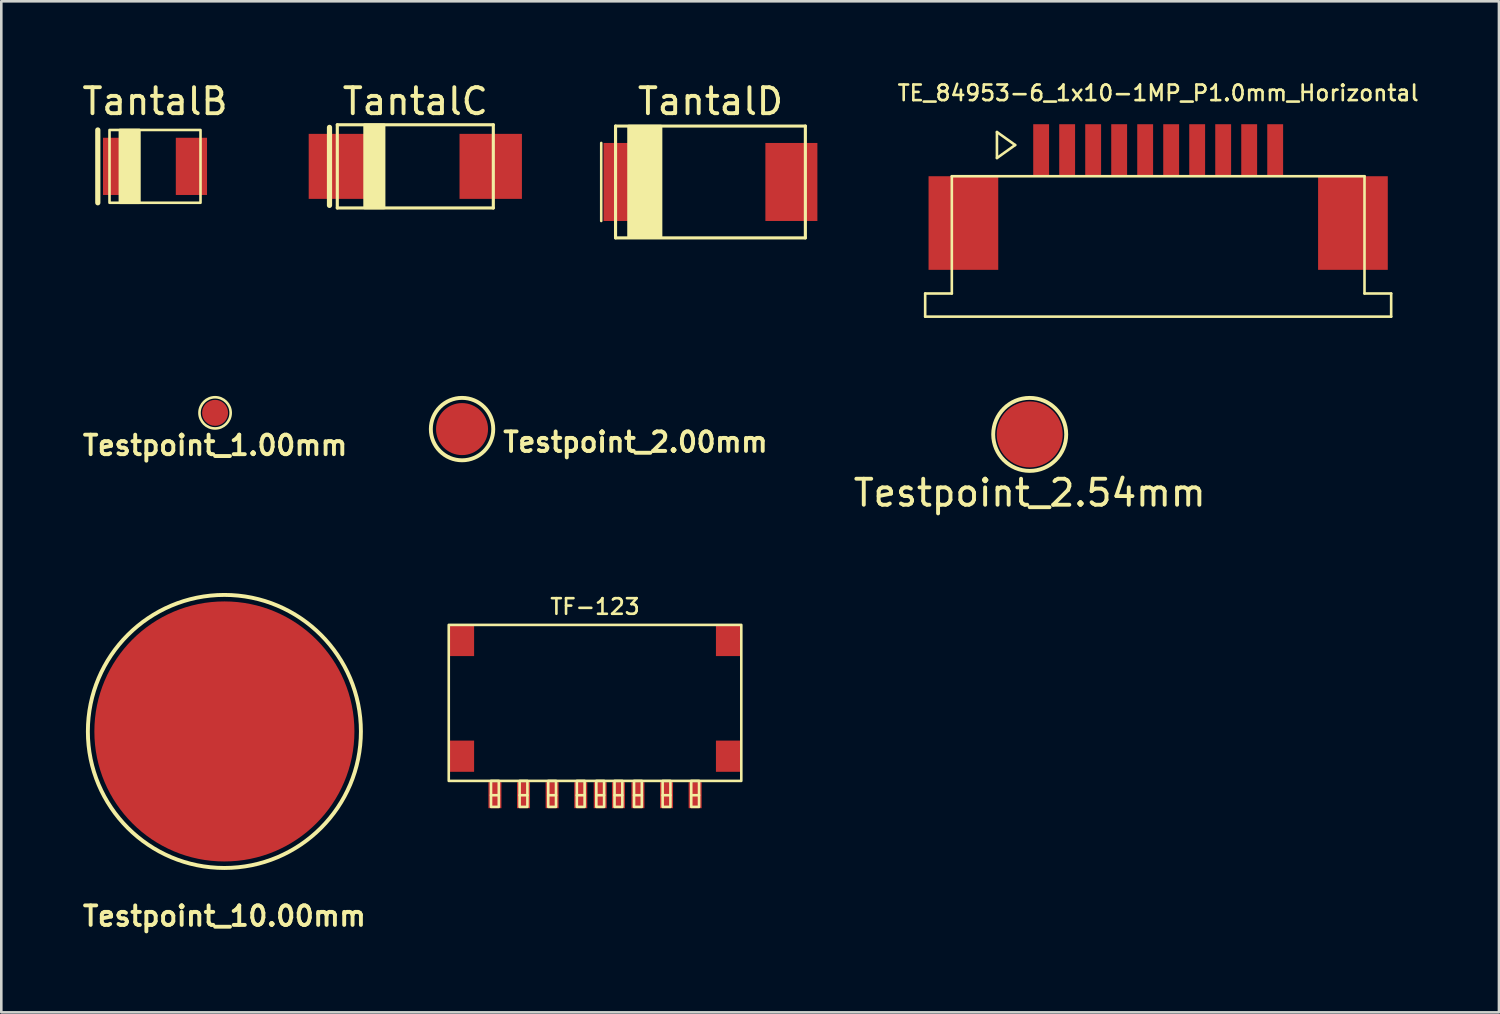
<source format=kicad_pcb>
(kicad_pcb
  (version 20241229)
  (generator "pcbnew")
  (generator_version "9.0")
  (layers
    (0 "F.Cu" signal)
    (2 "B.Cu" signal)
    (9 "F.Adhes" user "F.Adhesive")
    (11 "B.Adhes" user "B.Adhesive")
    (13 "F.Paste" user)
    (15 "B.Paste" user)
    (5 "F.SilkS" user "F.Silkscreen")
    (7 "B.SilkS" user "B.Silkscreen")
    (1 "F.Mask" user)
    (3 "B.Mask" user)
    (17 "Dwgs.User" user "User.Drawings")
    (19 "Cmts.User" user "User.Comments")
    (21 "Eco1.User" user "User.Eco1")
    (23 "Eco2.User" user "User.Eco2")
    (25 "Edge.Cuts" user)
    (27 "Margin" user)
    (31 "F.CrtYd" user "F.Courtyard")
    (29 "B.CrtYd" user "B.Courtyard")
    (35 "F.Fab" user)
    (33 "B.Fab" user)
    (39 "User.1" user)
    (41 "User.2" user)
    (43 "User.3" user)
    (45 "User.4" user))
  (footprint "TantalB"
    (layer "F.Cu")
    (at 2.911 3.348)
    (property "Reference" "TantalB" (at 0 -2.5 0) (layer "F.SilkS") (effects (font (size 1 1) (thickness 0.15))))
    (attr smd)
    (fp_line (start -2.2 -1.4) (end -2.2 1.4) (stroke (width 0.2) (type solid)) (layer "F.SilkS"))
    (fp_rect (start -1.75 -1.4) (end 1.75 1.4) (stroke (width 0.1) (type default)) (fill no) (layer "F.SilkS"))
    (fp_rect (start -1.35 -1.4) (end -0.6 1.4) (stroke (width 0.1) (type solid)) (fill yes) (layer "F.SilkS"))
    (pad "1" smd rect (at -1.4 0) (size 1.2 2.2) (layers "F.Cu" "F.Mask" "F.Paste"))
    (pad "2" smd rect (at 1.4 0) (size 1.2 2.2) (layers "F.Cu" "F.Mask" "F.Paste")))
  (footprint "Testpoint_10.00mm"
    (layer "F.Cu")
    (at 5.579 25.078)
    (property "Reference" "Testpoint_10.00mm" (at 0 7.1 0) (layer "F.SilkS") (effects (font (size 0.75 0.75) (thickness 0.15))))
    (attr exclude_from_bom)
    (fp_circle (center 0 0) (end 5.25 0) (stroke (width 0.15) (type solid)) (fill no) (layer "F.SilkS"))
    (pad "1" smd circle (at 0 0) (size 10 10) (layers "F.Cu" "F.Mask")))
  (footprint "TE_84953-6_1x10-1MP_P1.0mm_Horizontal"
    (layer "F.Cu")
    (at 41.488 4.527)
    (property "Reference" "TE_84953-6_1x10-1MP_P1.0mm_Horizontal" (at 0 -4 0) (layer "F.SilkS") (effects (font (size 0.6 0.6) (thickness 0.1) (bold yes))))
    (attr smd)
    (fp_line (start -8.96 3.71) (end -7.935 3.71) (stroke (width 0.1) (type solid)) (layer "F.SilkS"))
    (fp_line (start -8.96 4.6) (end -8.96 3.71) (stroke (width 0.1) (type solid)) (layer "F.SilkS"))
    (fp_line (start -7.935 -0.8) (end 7.935 -0.8) (stroke (width 0.1) (type solid)) (layer "F.SilkS"))
    (fp_line (start -7.935 3.71) (end -7.935 -0.8) (stroke (width 0.1) (type solid)) (layer "F.SilkS"))
    (fp_line (start -6.2 -2.5) (end -6.2 -1.5) (stroke (width 0.1) (type default)) (layer "F.SilkS"))
    (fp_line (start -6.2 -1.5) (end -5.5 -2) (stroke (width 0.1) (type default)) (layer "F.SilkS"))
    (fp_line (start -5.5 -2) (end -6.2 -2.5) (stroke (width 0.1) (type default)) (layer "F.SilkS"))
    (fp_line (start 7.935 -0.8) (end 7.935 3.71) (stroke (width 0.1) (type solid)) (layer "F.SilkS"))
    (fp_line (start 7.935 3.71) (end 8.96 3.71) (stroke (width 0.1) (type solid)) (layer "F.SilkS"))
    (fp_line (start 8.96 3.71) (end 8.96 4.6) (stroke (width 0.1) (type solid)) (layer "F.SilkS"))
    (fp_line (start 8.96 4.6) (end -8.96 4.6) (stroke (width 0.1) (type solid)) (layer "F.SilkS"))
    (pad "" smd rect (at -7.49 1) (size 2.68 3.6) (layers "F.Cu" "F.Mask" "F.Paste"))
    (pad "" smd rect (at 7.49 1) (size 2.68 3.6) (layers "F.Cu" "F.Mask" "F.Paste"))
    (pad "1" smd rect (at -4.5 -1.8) (size 0.61 2) (layers "F.Cu" "F.Mask" "F.Paste"))
    (pad "2" smd rect (at -3.5 -1.8) (size 0.61 2) (layers "F.Cu" "F.Mask" "F.Paste"))
    (pad "3" smd rect (at -2.5 -1.8) (size 0.61 2) (layers "F.Cu" "F.Mask" "F.Paste"))
    (pad "4" smd rect (at -1.5 -1.8) (size 0.61 2) (layers "F.Cu" "F.Mask" "F.Paste"))
    (pad "5" smd rect (at -0.5 -1.8) (size 0.61 2) (layers "F.Cu" "F.Mask" "F.Paste"))
    (pad "6" smd rect (at 0.5 -1.8) (size 0.61 2) (layers "F.Cu" "F.Mask" "F.Paste"))
    (pad "7" smd rect (at 1.5 -1.8) (size 0.61 2) (layers "F.Cu" "F.Mask" "F.Paste"))
    (pad "8" smd rect (at 2.5 -1.8) (size 0.61 2) (layers "F.Cu" "F.Mask" "F.Paste"))
    (pad "9" smd rect (at 3.5 -1.8) (size 0.61 2) (layers "F.Cu" "F.Mask" "F.Paste"))
    (pad "10" smd rect (at 4.5 -1.8) (size 0.61 2) (layers "F.Cu" "F.Mask" "F.Paste")))
  (footprint "TF-123"
    (layer "F.Cu")
    (at 19.832 26.98)
    (property "Reference" "TF-123" (at 0 -6.7 0) (unlocked yes) (layer "F.SilkS") (effects (font (size 0.6 0.6) (thickness 0.1))))
    (attr smd)
    (fp_line (start -4 0.55) (end -3.7 0.55) (stroke (width 0.1) (type solid)) (layer "F.SilkS"))
    (fp_line (start -2.9 0.55) (end -2.6 0.55) (stroke (width 0.1) (type solid)) (layer "F.SilkS"))
    (fp_line (start -1.8 0.55) (end -1.5 0.55) (stroke (width 0.1) (type solid)) (layer "F.SilkS"))
    (fp_line (start -0.7 0.55) (end -0.4 0.55) (stroke (width 0.1) (type solid)) (layer "F.SilkS"))
    (fp_line (start 0.05 0.55) (end 0.35 0.55) (stroke (width 0.1) (type solid)) (layer "F.SilkS"))
    (fp_line (start 0.75 0.55) (end 1.05 0.55) (stroke (width 0.1) (type solid)) (layer "F.SilkS"))
    (fp_line (start 1.5 0.55) (end 1.8 0.55) (stroke (width 0.1) (type solid)) (layer "F.SilkS"))
    (fp_line (start 2.6 0.55) (end 2.9 0.55) (stroke (width 0.1) (type solid)) (layer "F.SilkS"))
    (fp_line (start 3.7 0.55) (end 4 0.55) (stroke (width 0.1) (type solid)) (layer "F.SilkS"))
    (fp_rect (start -4 0) (end -3.7 1) (stroke (width 0.1) (type solid)) (fill no) (layer "F.SilkS"))
    (fp_rect (start -2.9 0) (end -2.6 1) (stroke (width 0.1) (type solid)) (fill no) (layer "F.SilkS"))
    (fp_rect (start -1.8 0) (end -1.5 1) (stroke (width 0.1) (type solid)) (fill no) (layer "F.SilkS"))
    (fp_rect (start -0.7 0) (end -0.4 1) (stroke (width 0.1) (type solid)) (fill no) (layer "F.SilkS"))
    (fp_rect (start 0.05 0) (end 0.35 1) (stroke (width 0.1) (type solid)) (fill no) (layer "F.SilkS"))
    (fp_rect (start 0.75 0) (end 1.05 1) (stroke (width 0.1) (type solid)) (fill no) (layer "F.SilkS"))
    (fp_rect (start 1.5 0) (end 1.8 1) (stroke (width 0.1) (type solid)) (fill no) (layer "F.SilkS"))
    (fp_rect (start 2.6 0) (end 2.9 1) (stroke (width 0.1) (type solid)) (fill no) (layer "F.SilkS"))
    (fp_rect (start 3.7 0) (end 4 1) (stroke (width 0.1) (type solid)) (fill no) (layer "F.SilkS"))
    (fp_rect (start 5.625 -6) (end -5.625 0) (stroke (width 0.1) (type solid)) (fill no) (layer "F.SilkS"))
    (pad "0" smd rect (at -5.15 -5.4) (size 1 1.2) (layers "F.Cu" "F.Mask" "F.Paste"))
    (pad "0" smd rect (at -5.15 -0.95) (size 1 1.2) (layers "F.Cu" "F.Mask" "F.Paste"))
    (pad "0" smd rect (at 5.15 -5.4) (size 1 1.2) (layers "F.Cu" "F.Mask" "F.Paste"))
    (pad "0" smd rect (at 5.15 -0.95) (size 1 1.2) (layers "F.Cu" "F.Mask" "F.Paste"))
    (pad "1" smd rect (at 3.85 0.55) (size 0.5 1) (layers "F.Cu" "F.Mask" "F.Paste"))
    (pad "2" smd rect (at 2.75 0.55) (size 0.5 1) (layers "F.Cu" "F.Mask" "F.Paste"))
    (pad "3" smd rect (at 1.65 0.55) (size 0.5 1) (layers "F.Cu" "F.Mask" "F.Paste"))
    (pad "4" smd rect (at 0.9 0.55) (size 0.5 1) (layers "F.Cu" "F.Mask" "F.Paste"))
    (pad "5" smd rect (at -0.55 0.55) (size 0.5 1) (layers "F.Cu" "F.Mask" "F.Paste"))
    (pad "6" smd rect (at -1.65 0.55) (size 0.5 1) (layers "F.Cu" "F.Mask" "F.Paste"))
    (pad "7" smd rect (at -2.75 0.55) (size 0.5 1) (layers "F.Cu" "F.Mask" "F.Paste"))
    (pad "8" smd rect (at -3.85 0.55) (size 0.5 1) (layers "F.Cu" "F.Mask" "F.Paste"))
    (pad "G" smd rect (at 0.2 0.55) (size 0.5 1) (layers "F.Cu" "F.Mask" "F.Paste")))
  (footprint "Testpoint_1.00mm"
    (layer "F.Cu")
    (at 5.221 12.826)
    (property "Reference" "Testpoint_1.00mm" (at 0 1.25 180) (layer "F.SilkS") (effects (font (size 0.75 0.75) (thickness 0.15))))
    (attr exclude_from_bom)
    (fp_circle (center 0 0) (end 0.6 0) (stroke (width 0.1) (type solid)) (fill no) (layer "F.SilkS"))
    (pad "1" smd circle (at 0 0) (size 1 1) (layers "F.Cu" "F.Mask")))
  (footprint "TantalD"
    (layer "F.Cu")
    (at 24.271 3.948)
    (property "Reference" "TantalD" (at 0 -3.1 0) (layer "F.SilkS") (effects (font (size 1 1) (thickness 0.15))))
    (attr smd)
    (fp_line (start -4.2 -1.5) (end -4.2 1.5) (stroke (width 0.1) (type solid)) (layer "F.SilkS"))
    (fp_line (start -3.65 -2.15) (end -3.65 2.15) (stroke (width 0.12) (type solid)) (layer "F.SilkS"))
    (fp_line (start -3.65 2.15) (end 3.65 2.15) (stroke (width 0.12) (type solid)) (layer "F.SilkS"))
    (fp_line (start 3.65 -2.15) (end -3.65 -2.15) (stroke (width 0.12) (type solid)) (layer "F.SilkS"))
    (fp_line (start 3.65 -2.15) (end 3.65 2.15) (stroke (width 0.12) (type solid)) (layer "F.SilkS"))
    (fp_rect (start -3.15 -2.15) (end -1.9 2.1) (stroke (width 0.1) (type solid)) (fill yes) (layer "F.SilkS"))
    (pad "1" smd rect (at -3.112 0) (size 2 3) (layers "F.Cu" "F.Mask" "F.Paste"))
    (pad "2" smd rect (at 3.112 0) (size 2 3) (layers "F.Cu" "F.Mask" "F.Paste")))
  (footprint "Testpoint_2.54mm"
    (layer "F.Cu")
    (at 36.548 13.655)
    (property "Reference" "Testpoint_2.54mm" (at 0 2.25 0) (layer "F.SilkS") (effects (font (size 1 1) (thickness 0.15))))
    (attr exclude_from_bom)
    (fp_circle (center 0 0) (end 1.4 0.1) (stroke (width 0.15) (type solid)) (fill no) (layer "F.SilkS"))
    (pad "1" smd circle (at 0 0) (size 2.54 2.54) (layers "F.Cu" "F.Mask")))
  (footprint "Testpoint_2.00mm"
    (layer "F.Cu")
    (at 14.718 13.451)
    (property "Reference" "Testpoint_2.00mm" (at 1.5 0.5 0) (layer "F.SilkS") (effects (font (size 0.75 0.75) (thickness 0.15)) (justify left)))
    (attr exclude_from_bom)
    (fp_circle (center 0 0) (end 1.2 0) (stroke (width 0.15) (type solid)) (fill no) (layer "F.SilkS"))
    (pad "1" smd circle (at 0 0) (size 2 2) (layers "F.Cu" "F.Mask")))
  (footprint "TantalC"
    (layer "F.Cu")
    (at 12.921 3.348)
    (property "Reference" "TantalC" (at 0 -2.5 0) (layer "F.SilkS") (effects (font (size 1 1) (thickness 0.15))))
    (attr smd)
    (fp_line (start -3.3 -1.5) (end -3.3 1.5) (stroke (width 0.2) (type solid)) (layer "F.SilkS"))
    (fp_line (start -3 -1.6) (end -3 1.6) (stroke (width 0.12) (type solid)) (layer "F.SilkS"))
    (fp_line (start -3 1.6) (end 3 1.6) (stroke (width 0.12) (type solid)) (layer "F.SilkS"))
    (fp_line (start 3 -1.6) (end -3 -1.6) (stroke (width 0.12) (type solid)) (layer "F.SilkS"))
    (fp_line (start 3 -1.6) (end 3 1.6) (stroke (width 0.12) (type solid)) (layer "F.SilkS"))
    (fp_rect (start -1.95 -1.6) (end -1.2 1.6) (stroke (width 0.1) (type solid)) (fill yes) (layer "F.SilkS"))
    (pad "1" smd rect (at -2.9 0) (size 2.4 2.5) (layers "F.Cu" "F.Mask" "F.Paste"))
    (pad "2" smd rect (at 2.9 0) (size 2.4 2.5) (layers "F.Cu" "F.Mask" "F.Paste")))
  (gr_rect
    (start -3 -3)
    (end 54.593 35.88)
    (stroke (width 0.1) (type default))
    (fill no)
    (layer "Edge.Cuts")))
</source>
